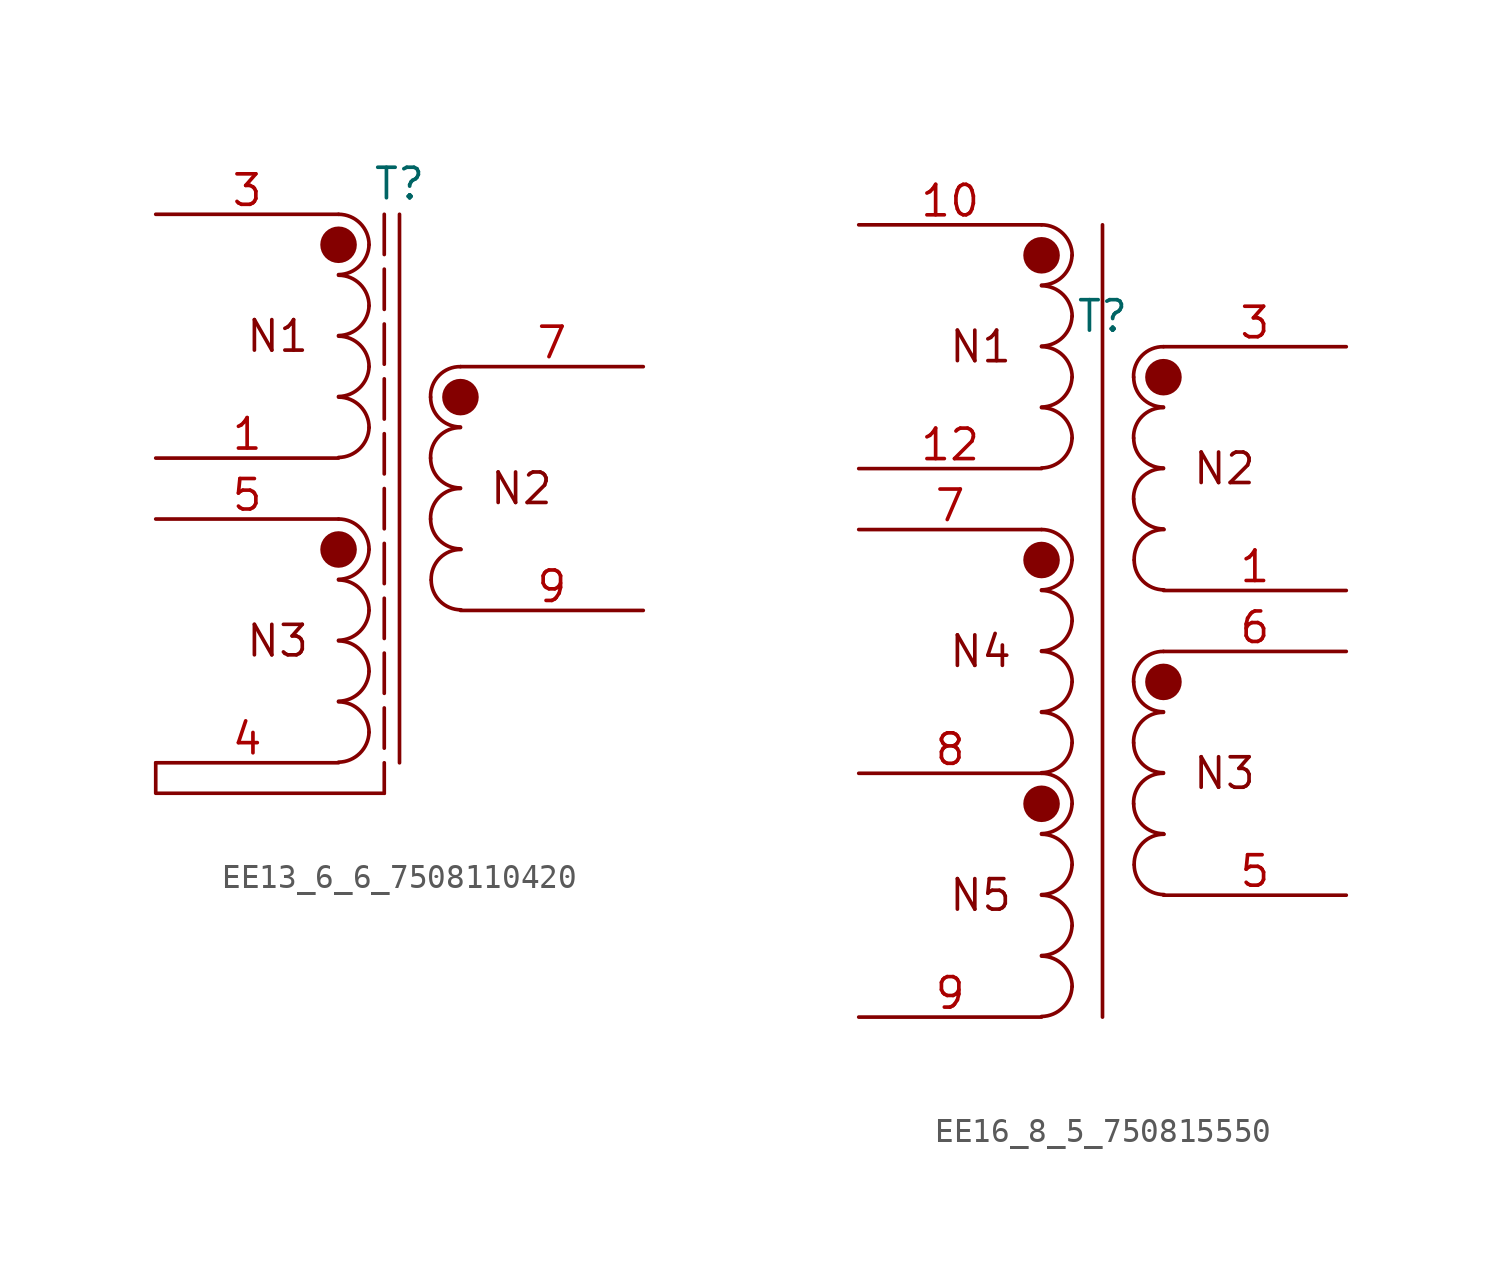
<source format=kicad_sym>
(kicad_symbol_lib
  (version 20220914)
  (generator kicad_symbol_editor)
  (symbol "EE13_6_6_7508110420"
    (pin_names hide)
    (property "Reference" "T"
      (at 0 12.7 0)
      (effects (font (size 1.27 1.27))))
    (symbol "EE13_6_6_7508110420_0_1"
      (arc (start -2.54 -11.4046) (mid -1.6561 -11.0363) (end -1.27 -10.16) (stroke (width 0) (type default)) (fill (type none)))
      (arc (start -2.54 -8.8646) (mid -1.6561 -8.4963) (end -1.27 -7.62) (stroke (width 0) (type default)) (fill (type none)))
      (arc (start -2.54 -6.3246) (mid -1.6561 -5.9563) (end -1.27 -5.08) (stroke (width 0) (type default)) (fill (type none)))
      (arc (start -2.54 -3.7846) (mid -1.6561 -3.4163) (end -1.27 -2.54) (stroke (width 0) (type default)) (fill (type none)))
      (arc (start -2.54 1.2954) (mid -1.6561 1.6637) (end -1.27 2.54) (stroke (width 0) (type default)) (fill (type none)))
      (arc (start -2.54 3.8354) (mid -1.6561 4.2037) (end -1.27 5.08) (stroke (width 0) (type default)) (fill (type none)))
      (arc (start -2.54 6.3754) (mid -1.6561 6.7437) (end -1.27 7.62) (stroke (width 0) (type default)) (fill (type none)))
      (arc (start -2.54 8.9154) (mid -1.6561 9.2837) (end -1.27 10.16) (stroke (width 0) (type default)) (fill (type none)))
      (arc (start -1.27 -10.16) (mid -1.642 -9.262) (end -2.54 -8.89) (stroke (width 0) (type default)) (fill (type none)))
      (arc (start -1.27 -7.62) (mid -1.642 -6.722) (end -2.54 -6.35) (stroke (width 0) (type default)) (fill (type none)))
      (arc (start -1.27 -5.08) (mid -1.642 -4.182) (end -2.54 -3.81) (stroke (width 0) (type default)) (fill (type none)))
      (arc (start -1.27 -2.54) (mid -1.642 -1.642) (end -2.54 -1.27) (stroke (width 0) (type default)) (fill (type none)))
      (arc (start -1.27 2.54) (mid -1.642 3.438) (end -2.54 3.81) (stroke (width 0) (type default)) (fill (type none)))
      (arc (start -1.27 5.08) (mid -1.642 5.978) (end -2.54 6.35) (stroke (width 0) (type default)) (fill (type none)))
      (arc (start -1.27 7.62) (mid -1.642 8.518) (end -2.54 8.89) (stroke (width 0) (type default)) (fill (type none)))
      (arc (start -1.27 10.16) (mid -1.642 11.058) (end -2.54 11.43) (stroke (width 0) (type default)) (fill (type none)))
      (polyline (pts (xy 0 11.43) (xy 0 -11.43)) (stroke (width 0) (type default)) (fill (type none)))
      (polyline (pts (xy -10.16 -11.43) (xy -10.16 -12.7) (xy -0.635 -12.7)) (stroke (width 0) (type default)) (fill (type none)))
      (arc (start 1.2954 -1.27) (mid 1.6599 -2.1501) (end 2.54 -2.5146) (stroke (width 0) (type default)) (fill (type none)))
      (arc (start 1.2954 1.27) (mid 1.6599 0.3899) (end 2.54 0.0254) (stroke (width 0) (type default)) (fill (type none)))
      (arc (start 1.2954 3.81) (mid 1.6599 2.9299) (end 2.54 2.5654) (stroke (width 0) (type default)) (fill (type none)))
      (arc (start 1.3208 -3.81) (mid 1.6853 -4.6903) (end 2.5654 -5.0546) (stroke (width 0) (type default)) (fill (type none)))
      (arc (start 2.54 0) (mid 1.6458 -0.3685) (end 1.2954 -1.27) (stroke (width 0) (type default)) (fill (type none)))
      (arc (start 2.54 2.54) (mid 1.6458 2.1715) (end 1.2954 1.27) (stroke (width 0) (type default)) (fill (type none)))
      (arc (start 2.54 5.08) (mid 1.6458 4.7115) (end 1.2954 3.81) (stroke (width 0) (type default)) (fill (type none)))
      (arc (start 2.5654 -2.54) (mid 1.6709 -2.9083) (end 1.3208 -3.81) (stroke (width 0) (type default)) (fill (type none))))
    (symbol "EE13_6_6_7508110420_1_1"
      (circle (center -2.54 -2.54) (radius 0.0001) (stroke (width 0.762) (type default)) (fill (type none)))
      (circle (center -2.54 10.16) (radius 0.0001) (stroke (width 0.762) (type default)) (fill (type none)))
      (polyline (pts (xy -0.635 11.43) (xy -0.635 -12.7)) (stroke (width 0) (type dash)) (fill (type none)))
      (circle (center 2.54 3.81) (radius 0.0001) (stroke (width 0.762) (type default)) (fill (type none)))
      (text "N1" (at -5.08 6.35 0) (effects (font (size 1.27 1.27))))
      (text "N2" (at 5.08 0 0) (effects (font (size 1.27 1.27))))
      (text "N3" (at -5.08 -6.35 0) (effects (font (size 1.27 1.27))))
      (pin passive line (at -10.16 1.27 0) (length 7.62) (name "1" (effects (font (size 1.27 1.27)))) (number "1" (effects (font (size 1.27 1.27)))))
      (pin passive line (at -10.16 11.43 0) (length 7.62) (name "3" (effects (font (size 1.27 1.27)))) (number "3" (effects (font (size 1.27 1.27)))))
      (pin passive line (at -10.16 -11.43 0) (length 7.62) (name "4" (effects (font (size 1.27 1.27)))) (number "4" (effects (font (size 1.27 1.27)))))
      (pin passive line (at -10.16 -1.27 0) (length 7.62) (name "5" (effects (font (size 1.27 1.27)))) (number "5" (effects (font (size 1.27 1.27)))))
      (pin passive line (at 10.16 5.08 180) (length 7.62) (name "7" (effects (font (size 1.27 1.27)))) (number "7" (effects (font (size 1.27 1.27)))))
      (pin passive line (at 10.16 -5.08 180) (length 7.62) (name "9" (effects (font (size 1.27 1.27)))) (number "9" (effects (font (size 1.27 1.27)))))))
  (symbol "EE16_8_5_750815550"
    (pin_names hide)
    (property "Reference" "T"
      (at 0 12.7 0)
      (effects (font (size 1.27 1.27))))
    (symbol "EE16_8_5_750815550_0_1"
      (arc (start -2.54 -16.4846) (mid -1.6561 -16.1163) (end -1.27 -15.24) (stroke (width 0) (type default)) (fill (type none)))
      (arc (start -2.54 -13.9446) (mid -1.6561 -13.5763) (end -1.27 -12.7) (stroke (width 0) (type default)) (fill (type none)))
      (arc (start -2.54 -11.4046) (mid -1.6561 -11.0363) (end -1.27 -10.16) (stroke (width 0) (type default)) (fill (type none)))
      (arc (start -2.54 -8.8646) (mid -1.6561 -8.4963) (end -1.27 -7.62) (stroke (width 0) (type default)) (fill (type none)))
      (arc (start -2.54 -6.3246) (mid -1.6561 -5.9563) (end -1.27 -5.08) (stroke (width 0) (type default)) (fill (type none)))
      (arc (start -2.54 -3.7846) (mid -1.6561 -3.4163) (end -1.27 -2.54) (stroke (width 0) (type default)) (fill (type none)))
      (arc (start -2.54 -1.2446) (mid -1.6561 -0.8763) (end -1.27 0) (stroke (width 0) (type default)) (fill (type none)))
      (arc (start -2.54 1.2954) (mid -1.6561 1.6637) (end -1.27 2.54) (stroke (width 0) (type default)) (fill (type none)))
      (arc (start -2.54 6.3754) (mid -1.6561 6.7437) (end -1.27 7.62) (stroke (width 0) (type default)) (fill (type none)))
      (arc (start -2.54 8.9154) (mid -1.6561 9.2837) (end -1.27 10.16) (stroke (width 0) (type default)) (fill (type none)))
      (arc (start -2.54 11.4554) (mid -1.6561 11.8237) (end -1.27 12.7) (stroke (width 0) (type default)) (fill (type none)))
      (arc (start -2.54 13.9954) (mid -1.6561 14.3637) (end -1.27 15.24) (stroke (width 0) (type default)) (fill (type none)))
      (arc (start -1.27 -15.24) (mid -1.642 -14.342) (end -2.54 -13.97) (stroke (width 0) (type default)) (fill (type none)))
      (arc (start -1.27 -12.7) (mid -1.642 -11.802) (end -2.54 -11.43) (stroke (width 0) (type default)) (fill (type none)))
      (arc (start -1.27 -10.16) (mid -1.642 -9.262) (end -2.54 -8.89) (stroke (width 0) (type default)) (fill (type none)))
      (arc (start -1.27 -7.62) (mid -1.642 -6.722) (end -2.54 -6.35) (stroke (width 0) (type default)) (fill (type none)))
      (arc (start -1.27 -5.08) (mid -1.642 -4.182) (end -2.54 -3.81) (stroke (width 0) (type default)) (fill (type none)))
      (arc (start -1.27 -2.54) (mid -1.642 -1.642) (end -2.54 -1.27) (stroke (width 0) (type default)) (fill (type none)))
      (arc (start -1.27 0) (mid -1.642 0.898) (end -2.54 1.27) (stroke (width 0) (type default)) (fill (type none)))
      (arc (start -1.27 2.54) (mid -1.642 3.438) (end -2.54 3.81) (stroke (width 0) (type default)) (fill (type none)))
      (arc (start -1.27 7.62) (mid -1.642 8.518) (end -2.54 8.89) (stroke (width 0) (type default)) (fill (type none)))
      (arc (start -1.27 10.16) (mid -1.642 11.058) (end -2.54 11.43) (stroke (width 0) (type default)) (fill (type none)))
      (arc (start -1.27 12.7) (mid -1.642 13.598) (end -2.54 13.97) (stroke (width 0) (type default)) (fill (type none)))
      (arc (start -1.27 15.24) (mid -1.642 16.138) (end -2.54 16.51) (stroke (width 0) (type default)) (fill (type none)))
      (polyline (pts (xy 0 16.51) (xy 0 -16.51)) (stroke (width 0) (type default)) (fill (type none)))
      (arc (start 1.2954 -7.62) (mid 1.6599 -8.5001) (end 2.54 -8.8646) (stroke (width 0) (type default)) (fill (type none)))
      (arc (start 1.2954 -5.08) (mid 1.6599 -5.9601) (end 2.54 -6.3246) (stroke (width 0) (type default)) (fill (type none)))
      (arc (start 1.2954 -2.54) (mid 1.6599 -3.4201) (end 2.54 -3.7846) (stroke (width 0) (type default)) (fill (type none)))
      (arc (start 1.2954 5.08) (mid 1.6599 4.1999) (end 2.54 3.8354) (stroke (width 0) (type default)) (fill (type none)))
      (arc (start 1.2954 7.62) (mid 1.6599 6.7399) (end 2.54 6.3754) (stroke (width 0) (type default)) (fill (type none)))
      (arc (start 1.2954 10.16) (mid 1.6599 9.2799) (end 2.54 8.9154) (stroke (width 0) (type default)) (fill (type none)))
      (arc (start 1.3208 -10.16) (mid 1.6852 -11.0402) (end 2.5654 -11.4046) (stroke (width 0) (type default)) (fill (type none)))
      (arc (start 1.3208 2.54) (mid 1.6853 1.6597) (end 2.5654 1.2954) (stroke (width 0) (type default)) (fill (type none)))
      (arc (start 2.54 -6.35) (mid 1.6458 -6.7185) (end 1.2954 -7.62) (stroke (width 0) (type default)) (fill (type none)))
      (arc (start 2.54 -3.81) (mid 1.6458 -4.1785) (end 1.2954 -5.08) (stroke (width 0) (type default)) (fill (type none)))
      (arc (start 2.54 -1.27) (mid 1.6458 -1.6385) (end 1.2954 -2.54) (stroke (width 0) (type default)) (fill (type none)))
      (arc (start 2.54 6.35) (mid 1.6458 5.9815) (end 1.2954 5.08) (stroke (width 0) (type default)) (fill (type none)))
      (arc (start 2.54 8.89) (mid 1.6458 8.5215) (end 1.2954 7.62) (stroke (width 0) (type default)) (fill (type none)))
      (arc (start 2.54 11.43) (mid 1.6458 11.0615) (end 1.2954 10.16) (stroke (width 0) (type default)) (fill (type none)))
      (arc (start 2.5654 -8.89) (mid 1.6709 -9.2583) (end 1.3208 -10.16) (stroke (width 0) (type default)) (fill (type none)))
      (arc (start 2.5654 3.81) (mid 1.6709 3.4417) (end 1.3208 2.54) (stroke (width 0) (type default)) (fill (type none))))
    (symbol "EE16_8_5_750815550_1_1"
      (circle (center -2.54 -7.62) (radius 0.0001) (stroke (width 0.762) (type default)) (fill (type none)))
      (circle (center -2.54 2.54) (radius 0.0001) (stroke (width 0.762) (type default)) (fill (type none)))
      (circle (center -2.54 15.24) (radius 0.0001) (stroke (width 0.762) (type default)) (fill (type none)))
      (circle (center 2.54 -2.54) (radius 0.0001) (stroke (width 0.762) (type default)) (fill (type none)))
      (circle (center 2.54 10.16) (radius 0.0001) (stroke (width 0.762) (type default)) (fill (type none)))
      (text "N1" (at -5.08 11.43 0) (effects (font (size 1.27 1.27))))
      (text "N2" (at 5.08 6.35 0) (effects (font (size 1.27 1.27))))
      (text "N3" (at 5.08 -6.35 0) (effects (font (size 1.27 1.27))))
      (text "N4" (at -5.08 -1.27 0) (effects (font (size 1.27 1.27))))
      (text "N5" (at -5.08 -11.43 0) (effects (font (size 1.27 1.27))))
      (pin passive line (at 10.16 1.27 180) (length 7.62) (name "1" (effects (font (size 1.27 1.27)))) (number "1" (effects (font (size 1.27 1.27)))))
      (pin passive line (at -10.16 16.51 0) (length 7.62) (name "10" (effects (font (size 1.27 1.27)))) (number "10" (effects (font (size 1.27 1.27)))))
      (pin passive line (at -10.16 6.35 0) (length 7.62) (name "12" (effects (font (size 1.27 1.27)))) (number "12" (effects (font (size 1.27 1.27)))))
      (pin passive line (at 10.16 11.43 180) (length 7.62) (name "3" (effects (font (size 1.27 1.27)))) (number "3" (effects (font (size 1.27 1.27)))))
      (pin passive line (at 10.16 -11.43 180) (length 7.62) (name "5" (effects (font (size 1.27 1.27)))) (number "5" (effects (font (size 1.27 1.27)))))
      (pin passive line (at 10.16 -1.27 180) (length 7.62) (name "6" (effects (font (size 1.27 1.27)))) (number "6" (effects (font (size 1.27 1.27)))))
      (pin passive line (at -10.16 3.81 0) (length 7.62) (name "7" (effects (font (size 1.27 1.27)))) (number "7" (effects (font (size 1.27 1.27)))))
      (pin passive line (at -10.16 -6.35 0) (length 7.62) (name "8" (effects (font (size 1.27 1.27)))) (number "8" (effects (font (size 1.27 1.27)))))
      (pin passive line (at -10.16 -16.51 0) (length 7.62) (name "9" (effects (font (size 1.27 1.27)))) (number "9" (effects (font (size 1.27 1.27))))))))
</source>
